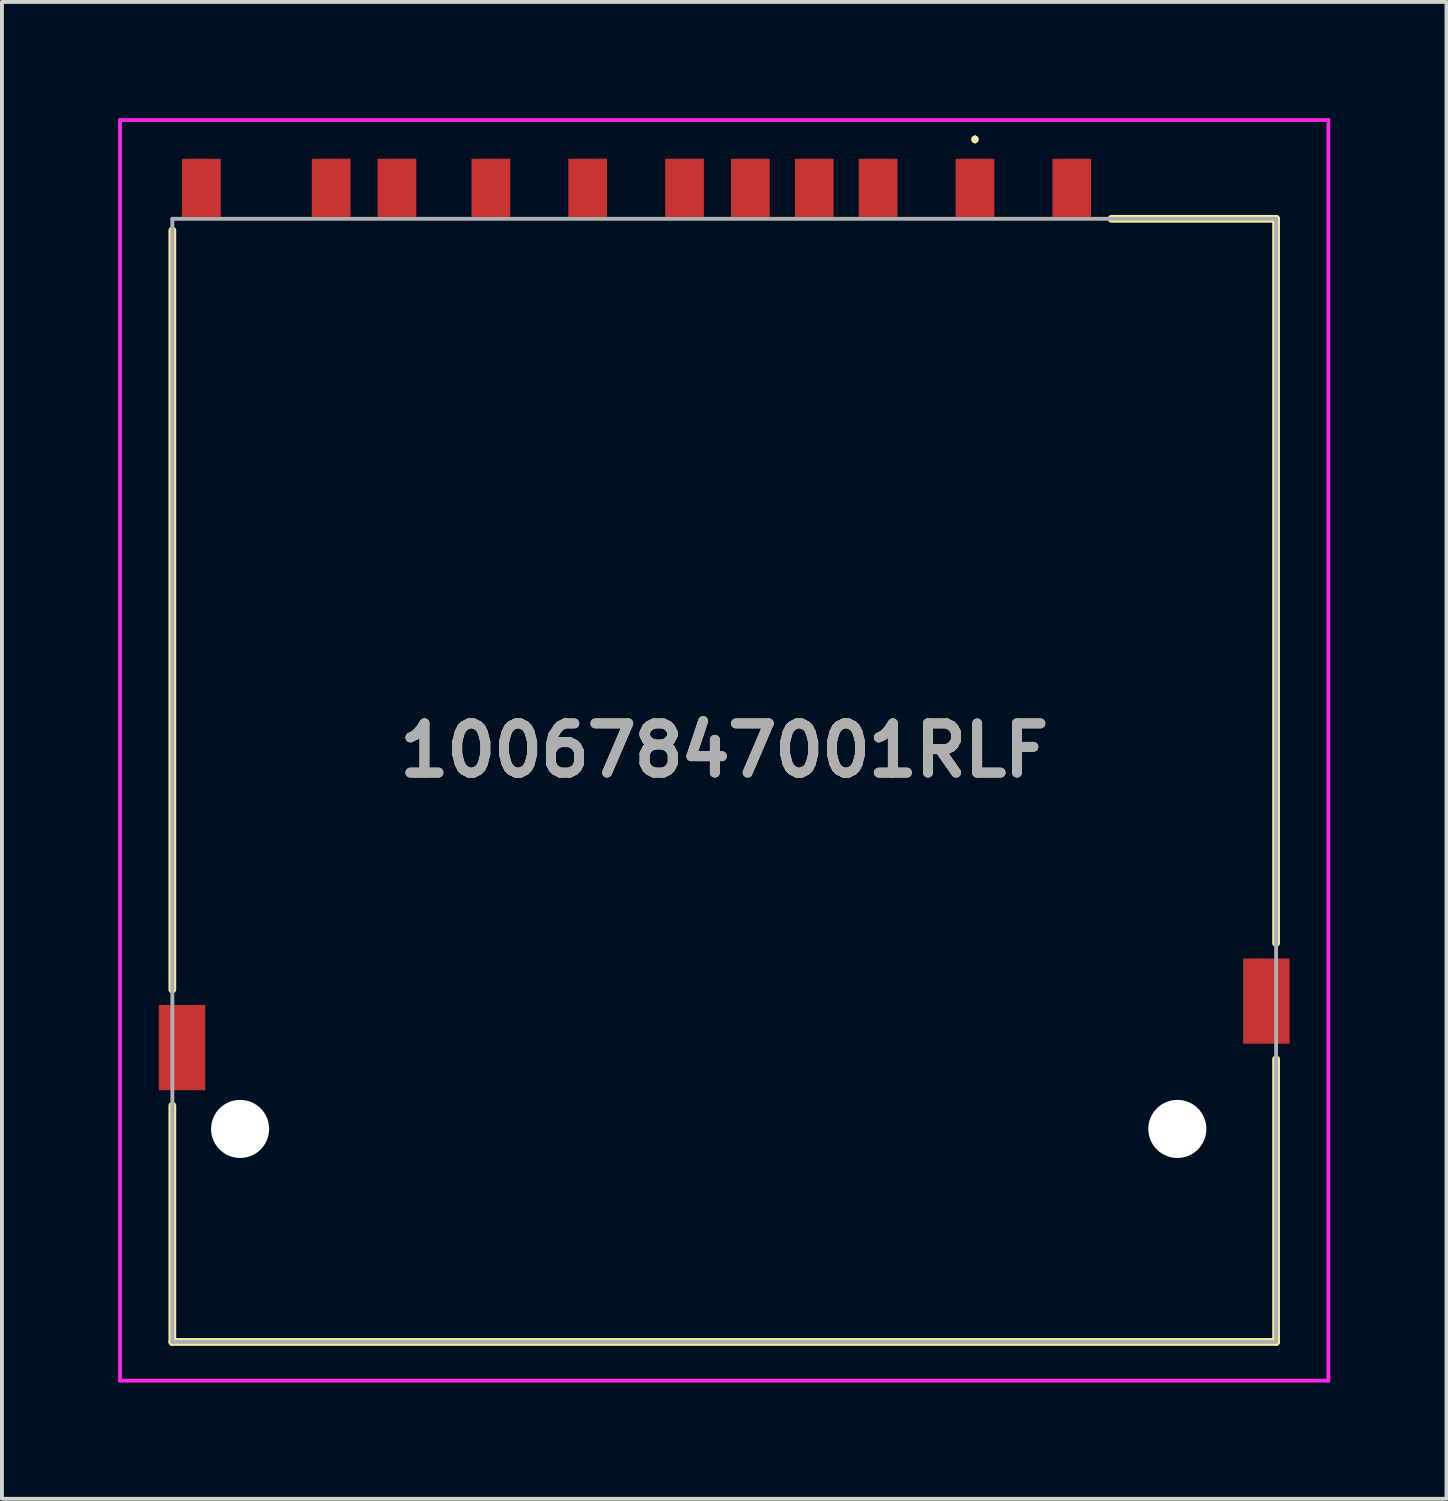
<source format=kicad_pcb>
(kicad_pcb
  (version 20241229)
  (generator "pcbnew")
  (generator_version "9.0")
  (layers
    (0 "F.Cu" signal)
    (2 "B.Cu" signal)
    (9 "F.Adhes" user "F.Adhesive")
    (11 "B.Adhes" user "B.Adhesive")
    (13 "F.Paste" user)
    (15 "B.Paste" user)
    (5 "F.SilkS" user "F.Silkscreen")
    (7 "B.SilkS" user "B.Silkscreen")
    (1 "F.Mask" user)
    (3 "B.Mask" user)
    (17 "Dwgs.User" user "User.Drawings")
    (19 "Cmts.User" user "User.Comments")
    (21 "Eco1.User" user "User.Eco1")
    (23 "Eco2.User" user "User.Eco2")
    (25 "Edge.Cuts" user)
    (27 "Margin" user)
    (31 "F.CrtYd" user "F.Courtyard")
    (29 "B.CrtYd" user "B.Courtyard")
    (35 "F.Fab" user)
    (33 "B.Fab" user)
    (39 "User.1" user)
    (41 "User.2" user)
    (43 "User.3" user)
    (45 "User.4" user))
  (footprint "10067847001RLF"
    (layer "F.Cu")
    (at 15.65 17.1)
    (property "Reference" "10067847001RLF" (at 0 -0.775 0) (layer "F.SilkS") (effects (font (size 1.27 1.27) (thickness 0.254))))
    (attr through_hole)
    (fp_line (start -14.25 5.4) (end -14.25 -14.2) (stroke (width 0.2) (type solid)) (layer "F.SilkS"))
    (fp_line (start -14.25 14.5) (end -14.25 8.4) (stroke (width 0.2) (type solid)) (layer "F.SilkS"))
    (fp_line (start 6.475 -16.6) (end 6.475 -16.6) (stroke (width 0.1) (type solid)) (layer "F.SilkS"))
    (fp_line (start 6.475 -16.5) (end 6.475 -16.5) (stroke (width 0.1) (type solid)) (layer "F.SilkS"))
    (fp_line (start 10 -14.5) (end 14.25 -14.5) (stroke (width 0.2) (type solid)) (layer "F.SilkS"))
    (fp_line (start 14.25 -14.5) (end 14.25 4.2) (stroke (width 0.2) (type solid)) (layer "F.SilkS"))
    (fp_line (start 14.25 7.2) (end 14.25 14.5) (stroke (width 0.2) (type solid)) (layer "F.SilkS"))
    (fp_line (start 14.25 14.5) (end -14.25 14.5) (stroke (width 0.2) (type solid)) (layer "F.SilkS"))
    (fp_arc (start 6.475 -16.6) (mid 6.525 -16.55) (end 6.475 -16.5) (stroke (width 0.1) (type solid)) (layer "F.SilkS"))
    (fp_arc (start 6.475 -16.5) (mid 6.425 -16.55) (end 6.475 -16.6) (stroke (width 0.1) (type solid)) (layer "F.SilkS"))
    (fp_line (start -15.6 -17.05) (end 15.6 -17.05) (stroke (width 0.1) (type solid)) (layer "F.CrtYd"))
    (fp_line (start -15.6 15.5) (end -15.6 -17.05) (stroke (width 0.1) (type solid)) (layer "F.CrtYd"))
    (fp_line (start 15.6 -17.05) (end 15.6 15.5) (stroke (width 0.1) (type solid)) (layer "F.CrtYd"))
    (fp_line (start 15.6 15.5) (end -15.6 15.5) (stroke (width 0.1) (type solid)) (layer "F.CrtYd"))
    (fp_line (start -14.25 -14.5) (end 14.25 -14.5) (stroke (width 0.1) (type solid)) (layer "F.Fab"))
    (fp_line (start -14.25 14.5) (end -14.25 -14.5) (stroke (width 0.1) (type solid)) (layer "F.Fab"))
    (fp_line (start 14.25 -14.5) (end 14.25 14.5) (stroke (width 0.1) (type solid)) (layer "F.Fab"))
    (fp_line (start 14.25 14.5) (end -14.25 14.5) (stroke (width 0.1) (type solid)) (layer "F.Fab"))
    (fp_text user "${REFERENCE}" (at 0 -0.775 0) (layer "F.Fab") (effects (font (size 1.27 1.27) (thickness 0.254))))
    (pad "" np_thru_hole circle (at -12.5 9) (size 1.5 1.5) (drill 1.5) (layers "*.Cu" "*.Mask"))
    (pad "" np_thru_hole circle (at 11.7 9) (size 1.5 1.5) (drill 1.5) (layers "*.Cu" "*.Mask"))
    (pad "1" smd rect (at 6.475 -15.3) (size 1 1.5) (layers "F.Cu" "F.Mask" "F.Paste"))
    (pad "2" smd rect (at 3.975 -15.3) (size 1 1.5) (layers "F.Cu" "F.Mask" "F.Paste"))
    (pad "3" smd rect (at 0.675 -15.3) (size 1 1.5) (layers "F.Cu" "F.Mask" "F.Paste"))
    (pad "4" smd rect (at -1.025 -15.3) (size 1 1.5) (layers "F.Cu" "F.Mask" "F.Paste"))
    (pad "5" smd rect (at -3.525 -15.3) (size 1 1.5) (layers "F.Cu" "F.Mask" "F.Paste"))
    (pad "6" smd rect (at -6.025 -15.3) (size 1 1.5) (layers "F.Cu" "F.Mask" "F.Paste"))
    (pad "7" smd rect (at -8.45 -15.3) (size 1 1.5) (layers "F.Cu" "F.Mask" "F.Paste"))
    (pad "8" smd rect (at -10.15 -15.3) (size 1 1.5) (layers "F.Cu" "F.Mask" "F.Paste"))
    (pad "9" smd rect (at 8.975 -15.3) (size 1 1.5) (layers "F.Cu" "F.Mask" "F.Paste"))
    (pad "10" smd rect (at 14 5.7) (size 1.2 2.2) (layers "F.Cu" "F.Mask" "F.Paste"))
    (pad "11" smd rect (at -14 6.9) (size 1.2 2.2) (layers "F.Cu" "F.Mask" "F.Paste"))
    (pad "CD1" smd rect (at 2.325 -15.3) (size 1 1.5) (layers "F.Cu" "F.Mask" "F.Paste"))
    (pad "WP1" smd rect (at -13.5 -15.3) (size 1 1.5) (layers "F.Cu" "F.Mask" "F.Paste")))
  (gr_rect
    (start -3 -3)
    (end 34.3 35.65)
    (stroke (width 0.1) (type default))
    (fill no)
    (layer "Edge.Cuts")))
</source>
